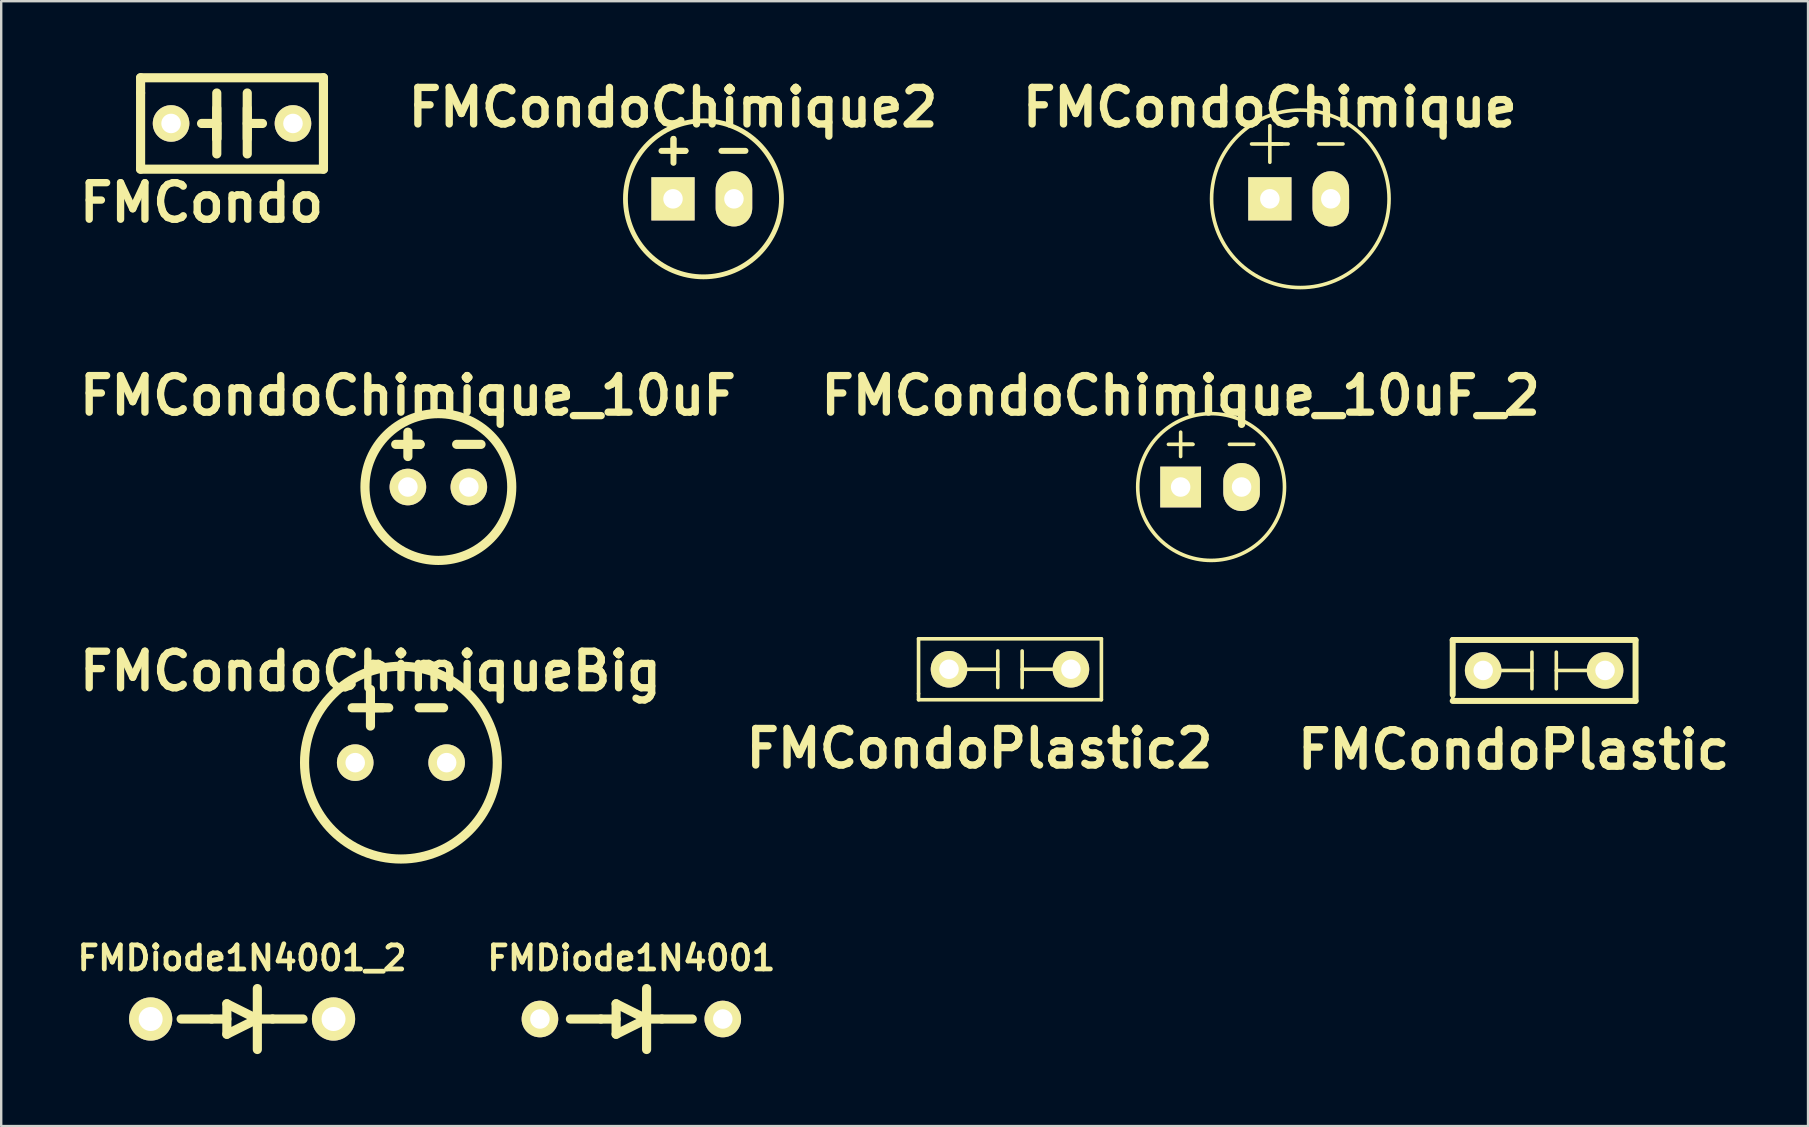
<source format=kicad_pcb>
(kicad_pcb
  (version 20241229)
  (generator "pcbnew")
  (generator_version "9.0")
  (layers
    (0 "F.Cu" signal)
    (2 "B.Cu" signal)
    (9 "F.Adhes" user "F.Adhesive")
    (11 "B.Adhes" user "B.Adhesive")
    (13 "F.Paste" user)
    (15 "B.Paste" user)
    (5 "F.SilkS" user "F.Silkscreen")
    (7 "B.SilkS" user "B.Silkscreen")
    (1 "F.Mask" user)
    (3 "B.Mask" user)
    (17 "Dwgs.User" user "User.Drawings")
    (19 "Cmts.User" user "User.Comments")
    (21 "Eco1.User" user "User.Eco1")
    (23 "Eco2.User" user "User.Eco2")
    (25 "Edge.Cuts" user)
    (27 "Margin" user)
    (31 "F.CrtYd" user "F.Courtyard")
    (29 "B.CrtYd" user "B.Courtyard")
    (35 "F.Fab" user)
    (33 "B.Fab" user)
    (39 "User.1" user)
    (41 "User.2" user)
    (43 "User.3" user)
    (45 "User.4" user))
  (footprint "FMCondoChimiqueBig"
    (layer "F.Cu")
    (at 13.658 28.732)
    (property "Reference" "FMCondoChimiqueBig" (at -1.27 -3.81 0) (layer "F.SilkS") (effects (font (size 1.524 1.524) (thickness 0.305))))
    (attr through_hole)
    (fp_line (start -2.032 -2.286) (end -0.762 -2.286) (stroke (width 0.381) (type solid)) (layer "F.SilkS"))
    (fp_line (start -1.27 -3.048) (end -1.27 -1.524) (stroke (width 0.381) (type solid)) (layer "F.SilkS"))
    (fp_line (start -1.27 -2.286) (end -0.508 -2.286) (stroke (width 0.381) (type solid)) (layer "F.SilkS"))
    (fp_line (start 0.762 -2.286) (end 1.778 -2.286) (stroke (width 0.381) (type solid)) (layer "F.SilkS"))
    (fp_circle (center 0 0) (end 3.81 1.27) (stroke (width 0.381) (type solid)) (fill no) (layer "F.SilkS"))
    (pad "1" thru_hole circle (at -1.905 0) (size 1.524 1.524) (drill 0.813) (layers "*.Cu" "*.Mask" "F.SilkS"))
    (pad "2" thru_hole circle (at 1.905 0) (size 1.524 1.524) (drill 0.813) (layers "*.Cu" "*.Mask" "F.SilkS")))
  (footprint "FMCondoChimique_10uF"
    (layer "F.Cu")
    (at 15.218 17.246)
    (property "Reference" "FMCondoChimique_10uF" (at -1.27 -3.81 0) (layer "F.SilkS") (effects (font (size 1.524 1.524) (thickness 0.305))))
    (attr through_hole)
    (fp_line (start -1.778 -1.778) (end -0.762 -1.778) (stroke (width 0.381) (type solid)) (layer "F.SilkS"))
    (fp_line (start -1.27 -2.286) (end -1.27 -1.27) (stroke (width 0.381) (type solid)) (layer "F.SilkS"))
    (fp_line (start -0.762 -1.778) (end -1.27 -1.778) (stroke (width 0.381) (type solid)) (layer "F.SilkS"))
    (fp_line (start 0.762 -1.778) (end 1.778 -1.778) (stroke (width 0.381) (type solid)) (layer "F.SilkS"))
    (fp_circle (center 0 0) (end 3.048 0.254) (stroke (width 0.381) (type solid)) (fill no) (layer "F.SilkS"))
    (pad "1" thru_hole circle (at -1.27 0) (size 1.524 1.524) (drill 0.813) (layers "*.Cu" "*.Mask" "F.SilkS"))
    (pad "2" thru_hole circle (at 1.27 0) (size 1.524 1.524) (drill 0.813) (layers "*.Cu" "*.Mask" "F.SilkS")))
  (footprint "FMDiode1N4001_2"
    (layer "F.Cu")
    (at 7.039 39.416)
    (property "Reference" "FMDiode1N4001_2" (at 0 -2.54 0) (layer "F.SilkS") (effects (font (size 1.001 1.001) (thickness 0.201))))
    (attr through_hole)
    (fp_line (start -1.27 0) (end -2.54 0) (stroke (width 0.381) (type solid)) (layer "F.SilkS"))
    (fp_line (start -0.635 -0.635) (end -0.635 0.635) (stroke (width 0.381) (type solid)) (layer "F.SilkS"))
    (fp_line (start -0.635 -0.635) (end 0.635 0) (stroke (width 0.381) (type solid)) (layer "F.SilkS"))
    (fp_line (start -0.635 0) (end -1.27 0) (stroke (width 0.381) (type solid)) (layer "F.SilkS"))
    (fp_line (start 0.635 -1.27) (end 0.635 1.27) (stroke (width 0.381) (type solid)) (layer "F.SilkS"))
    (fp_line (start 0.635 0) (end -0.635 0.635) (stroke (width 0.381) (type solid)) (layer "F.SilkS"))
    (fp_line (start 0.635 0) (end 1.27 0) (stroke (width 0.381) (type solid)) (layer "F.SilkS"))
    (fp_line (start 1.27 0) (end 2.54 0) (stroke (width 0.381) (type solid)) (layer "F.SilkS"))
    (pad "1" thru_hole circle (at -3.81 0) (size 1.801 1.801) (drill 1.001) (layers "*.Cu" "*.Mask" "F.SilkS"))
    (pad "2" thru_hole circle (at 3.81 0) (size 1.801 1.801) (drill 1.001) (layers "*.Cu" "*.Mask" "F.SilkS")))
  (footprint "FMCondoPlastic2"
    (layer "F.Cu")
    (at 39.039 24.84)
    (property "Reference" "FMCondoPlastic2" (at -1.27 3.302 0) (layer "F.SilkS") (effects (font (size 1.524 1.524) (thickness 0.305))))
    (attr through_hole)
    (fp_line (start -3.81 -1.27) (end -3.81 1.016) (stroke (width 0.15) (type solid)) (layer "F.SilkS"))
    (fp_line (start -3.81 1.016) (end -3.81 1.27) (stroke (width 0.15) (type solid)) (layer "F.SilkS"))
    (fp_line (start -3.81 1.27) (end 3.81 1.27) (stroke (width 0.15) (type solid)) (layer "F.SilkS"))
    (fp_line (start -1.778 0) (end -0.508 0) (stroke (width 0.15) (type solid)) (layer "F.SilkS"))
    (fp_line (start -0.508 -0.762) (end -0.508 0.762) (stroke (width 0.15) (type solid)) (layer "F.SilkS"))
    (fp_line (start 0.508 -0.762) (end 0.508 0.762) (stroke (width 0.15) (type solid)) (layer "F.SilkS"))
    (fp_line (start 1.778 0) (end 0.508 0) (stroke (width 0.15) (type solid)) (layer "F.SilkS"))
    (fp_line (start 3.81 -1.27) (end -3.81 -1.27) (stroke (width 0.15) (type solid)) (layer "F.SilkS"))
    (fp_line (start 3.81 1.27) (end 3.81 -1.27) (stroke (width 0.15) (type solid)) (layer "F.SilkS"))
    (pad "1" thru_hole circle (at -2.54 0) (size 1.524 1.524) (drill 0.813) (layers "*.Cu" "*.Mask" "F.SilkS"))
    (pad "2" thru_hole circle (at 2.54 0) (size 1.524 1.524) (drill 0.813) (layers "*.Cu" "*.Mask" "F.SilkS")))
  (footprint "FMCondoChimique2"
    (layer "F.Cu")
    (at 26.266 5.236)
    (property "Reference" "FMCondoChimique2" (at -1.27 -3.81 0) (layer "F.SilkS") (effects (font (size 1.524 1.524) (thickness 0.305))))
    (attr through_hole)
    (fp_line (start -1.75 -1.999) (end -0.749 -1.999) (stroke (width 0.249) (type solid)) (layer "F.SilkS"))
    (fp_line (start -1.25 -2.499) (end -1.25 -1.501) (stroke (width 0.249) (type solid)) (layer "F.SilkS"))
    (fp_line (start -1.25 -1.999) (end -1.25 -2.499) (stroke (width 0.249) (type solid)) (layer "F.SilkS"))
    (fp_line (start -0.749 -1.999) (end -1.25 -1.999) (stroke (width 0.249) (type solid)) (layer "F.SilkS"))
    (fp_line (start 0.749 -1.999) (end 1.75 -1.999) (stroke (width 0.249) (type solid)) (layer "F.SilkS"))
    (fp_circle (center 0 0) (end 3.251 0) (stroke (width 0.201) (type solid)) (fill no) (layer "F.SilkS"))
    (pad "1" thru_hole rect (at -1.27 0) (size 1.801 1.801) (drill 0.813) (layers "*.Cu" "*.Mask" "F.SilkS"))
    (pad "2" thru_hole oval (at 1.27 0) (size 1.524 2.301) (drill 0.813) (layers "*.Cu" "*.Mask" "F.SilkS")))
  (footprint "FMCondoChimique_10uF_2"
    (layer "F.Cu")
    (at 47.421 17.246)
    (property "Reference" "FMCondoChimique_10uF_2" (at -1.27 -3.81 0) (layer "F.SilkS") (effects (font (size 1.524 1.524) (thickness 0.305))))
    (attr through_hole)
    (fp_line (start -1.778 -1.778) (end -0.762 -1.778) (stroke (width 0.15) (type solid)) (layer "F.SilkS"))
    (fp_line (start -1.27 -2.286) (end -1.27 -1.27) (stroke (width 0.15) (type solid)) (layer "F.SilkS"))
    (fp_line (start -0.762 -1.778) (end -1.27 -1.778) (stroke (width 0.15) (type solid)) (layer "F.SilkS"))
    (fp_line (start 0.762 -1.778) (end 1.778 -1.778) (stroke (width 0.15) (type solid)) (layer "F.SilkS"))
    (fp_circle (center 0 0) (end 3.048 0.254) (stroke (width 0.15) (type solid)) (fill no) (layer "F.SilkS"))
    (pad "1" thru_hole rect (at -1.27 0) (size 1.699 1.699) (drill 0.813) (layers "*.Cu" "*.Mask" "F.SilkS"))
    (pad "2" thru_hole oval (at 1.27 0) (size 1.524 1.999) (drill 0.813) (layers "*.Cu" "*.Mask" "F.SilkS")))
  (footprint "FMDiode1N4001"
    (layer "F.Cu")
    (at 23.261 39.416)
    (property "Reference" "FMDiode1N4001" (at 0 -2.54 0) (layer "F.SilkS") (effects (font (size 1.001 1.001) (thickness 0.201))))
    (attr through_hole)
    (fp_line (start -1.27 0) (end -2.54 0) (stroke (width 0.381) (type solid)) (layer "F.SilkS"))
    (fp_line (start -0.635 -0.635) (end -0.635 0.635) (stroke (width 0.381) (type solid)) (layer "F.SilkS"))
    (fp_line (start -0.635 -0.635) (end 0.635 0) (stroke (width 0.381) (type solid)) (layer "F.SilkS"))
    (fp_line (start -0.635 0) (end -1.27 0) (stroke (width 0.381) (type solid)) (layer "F.SilkS"))
    (fp_line (start 0.635 -1.27) (end 0.635 1.27) (stroke (width 0.381) (type solid)) (layer "F.SilkS"))
    (fp_line (start 0.635 0) (end -0.635 0.635) (stroke (width 0.381) (type solid)) (layer "F.SilkS"))
    (fp_line (start 0.635 0) (end 1.27 0) (stroke (width 0.381) (type solid)) (layer "F.SilkS"))
    (fp_line (start 1.27 0) (end 2.54 0) (stroke (width 0.381) (type solid)) (layer "F.SilkS"))
    (pad "1" thru_hole circle (at -3.81 0) (size 1.524 1.524) (drill 0.813) (layers "*.Cu" "*.Mask" "F.SilkS"))
    (pad "2" thru_hole circle (at 3.81 0) (size 1.524 1.524) (drill 0.813) (layers "*.Cu" "*.Mask" "F.SilkS")))
  (footprint "FMCondoChimique"
    (layer "F.Cu")
    (at 51.139 5.236)
    (property "Reference" "FMCondoChimique" (at -1.27 -3.81 0) (layer "F.SilkS") (effects (font (size 1.524 1.524) (thickness 0.305))))
    (attr through_hole)
    (fp_line (start -2.032 -2.286) (end -0.762 -2.286) (stroke (width 0.15) (type solid)) (layer "F.SilkS"))
    (fp_line (start -1.27 -3.048) (end -1.27 -1.524) (stroke (width 0.15) (type solid)) (layer "F.SilkS"))
    (fp_line (start -1.27 -2.286) (end -0.508 -2.286) (stroke (width 0.15) (type solid)) (layer "F.SilkS"))
    (fp_line (start 0.762 -2.286) (end 1.778 -2.286) (stroke (width 0.15) (type solid)) (layer "F.SilkS"))
    (fp_circle (center 0 0) (end 3.556 1.016) (stroke (width 0.15) (type solid)) (fill no) (layer "F.SilkS"))
    (pad "1" thru_hole rect (at -1.27 0) (size 1.801 1.801) (drill 0.813) (layers "*.Cu" "*.Mask" "F.SilkS"))
    (pad "2" thru_hole oval (at 1.27 0) (size 1.524 2.301) (drill 0.813) (layers "*.Cu" "*.Mask" "F.SilkS")))
  (footprint "FMCondoPlastic"
    (layer "F.Cu")
    (at 61.299 24.89)
    (property "Reference" "FMCondoPlastic" (at -1.27 3.302 0) (layer "F.SilkS") (effects (font (size 1.524 1.524) (thickness 0.305))))
    (attr through_hole)
    (fp_line (start -3.81 -1.27) (end -3.81 1.016) (stroke (width 0.249) (type solid)) (layer "F.SilkS"))
    (fp_line (start -3.81 1.016) (end -3.81 1.27) (stroke (width 0.15) (type solid)) (layer "F.SilkS"))
    (fp_line (start -3.81 1.27) (end 3.81 1.27) (stroke (width 0.249) (type solid)) (layer "F.SilkS"))
    (fp_line (start -1.778 0) (end -0.508 0) (stroke (width 0.15) (type solid)) (layer "F.SilkS"))
    (fp_line (start -0.508 -0.762) (end -0.508 0.762) (stroke (width 0.15) (type solid)) (layer "F.SilkS"))
    (fp_line (start 0.508 -0.762) (end 0.508 0.762) (stroke (width 0.15) (type solid)) (layer "F.SilkS"))
    (fp_line (start 1.778 0) (end 0.508 0) (stroke (width 0.15) (type solid)) (layer "F.SilkS"))
    (fp_line (start 3.81 -1.27) (end -3.81 -1.27) (stroke (width 0.249) (type solid)) (layer "F.SilkS"))
    (fp_line (start 3.81 1.27) (end 3.81 -1.27) (stroke (width 0.249) (type solid)) (layer "F.SilkS"))
    (pad "1" thru_hole circle (at -2.54 0) (size 1.524 1.524) (drill 0.813) (layers "*.Cu" "*.Mask" "F.SilkS"))
    (pad "2" thru_hole circle (at 2.54 0) (size 1.524 1.524) (drill 0.813) (layers "*.Cu" "*.Mask" "F.SilkS")))
  (footprint "FMCondo"
    (layer "F.Cu")
    (at 6.619 2.095)
    (property "Reference" "FMCondo" (at -1.27 3.302 0) (layer "F.SilkS") (effects (font (size 1.524 1.524) (thickness 0.305))))
    (attr through_hole)
    (fp_line (start -3.81 -1.905) (end -3.81 -1.27) (stroke (width 0.381) (type solid)) (layer "F.SilkS"))
    (fp_line (start -3.81 -1.27) (end -3.81 1.905) (stroke (width 0.381) (type solid)) (layer "F.SilkS"))
    (fp_line (start -3.81 1.905) (end 3.81 1.905) (stroke (width 0.381) (type solid)) (layer "F.SilkS"))
    (fp_line (start -1.27 0) (end -0.635 0) (stroke (width 0.381) (type solid)) (layer "F.SilkS"))
    (fp_line (start -0.635 0) (end -0.635 0.635) (stroke (width 0.381) (type solid)) (layer "F.SilkS"))
    (fp_line (start -0.635 0.635) (end -0.635 -0.635) (stroke (width 0.381) (type solid)) (layer "F.SilkS"))
    (fp_line (start -0.635 1.27) (end -0.635 -1.27) (stroke (width 0.381) (type solid)) (layer "F.SilkS"))
    (fp_line (start 0.635 -0.635) (end 0.635 0.635) (stroke (width 0.381) (type solid)) (layer "F.SilkS"))
    (fp_line (start 0.635 0) (end 1.27 0) (stroke (width 0.381) (type solid)) (layer "F.SilkS"))
    (fp_line (start 0.635 1.27) (end 0.635 -1.27) (stroke (width 0.381) (type solid)) (layer "F.SilkS"))
    (fp_line (start 3.81 -1.905) (end -3.81 -1.905) (stroke (width 0.381) (type solid)) (layer "F.SilkS"))
    (fp_line (start 3.81 1.905) (end 3.81 -1.905) (stroke (width 0.381) (type solid)) (layer "F.SilkS"))
    (pad "1" thru_hole circle (at -2.54 0) (size 1.524 1.524) (drill 0.813) (layers "*.Cu" "*.Mask" "F.SilkS"))
    (pad "2" thru_hole circle (at 2.54 0) (size 1.524 1.524) (drill 0.813) (layers "*.Cu" "*.Mask" "F.SilkS")))
  (gr_rect
    (start -3 -3)
    (end 72.297 43.876)
    (stroke (width 0.1) (type default))
    (fill no)
    (layer "Edge.Cuts")))
</source>
